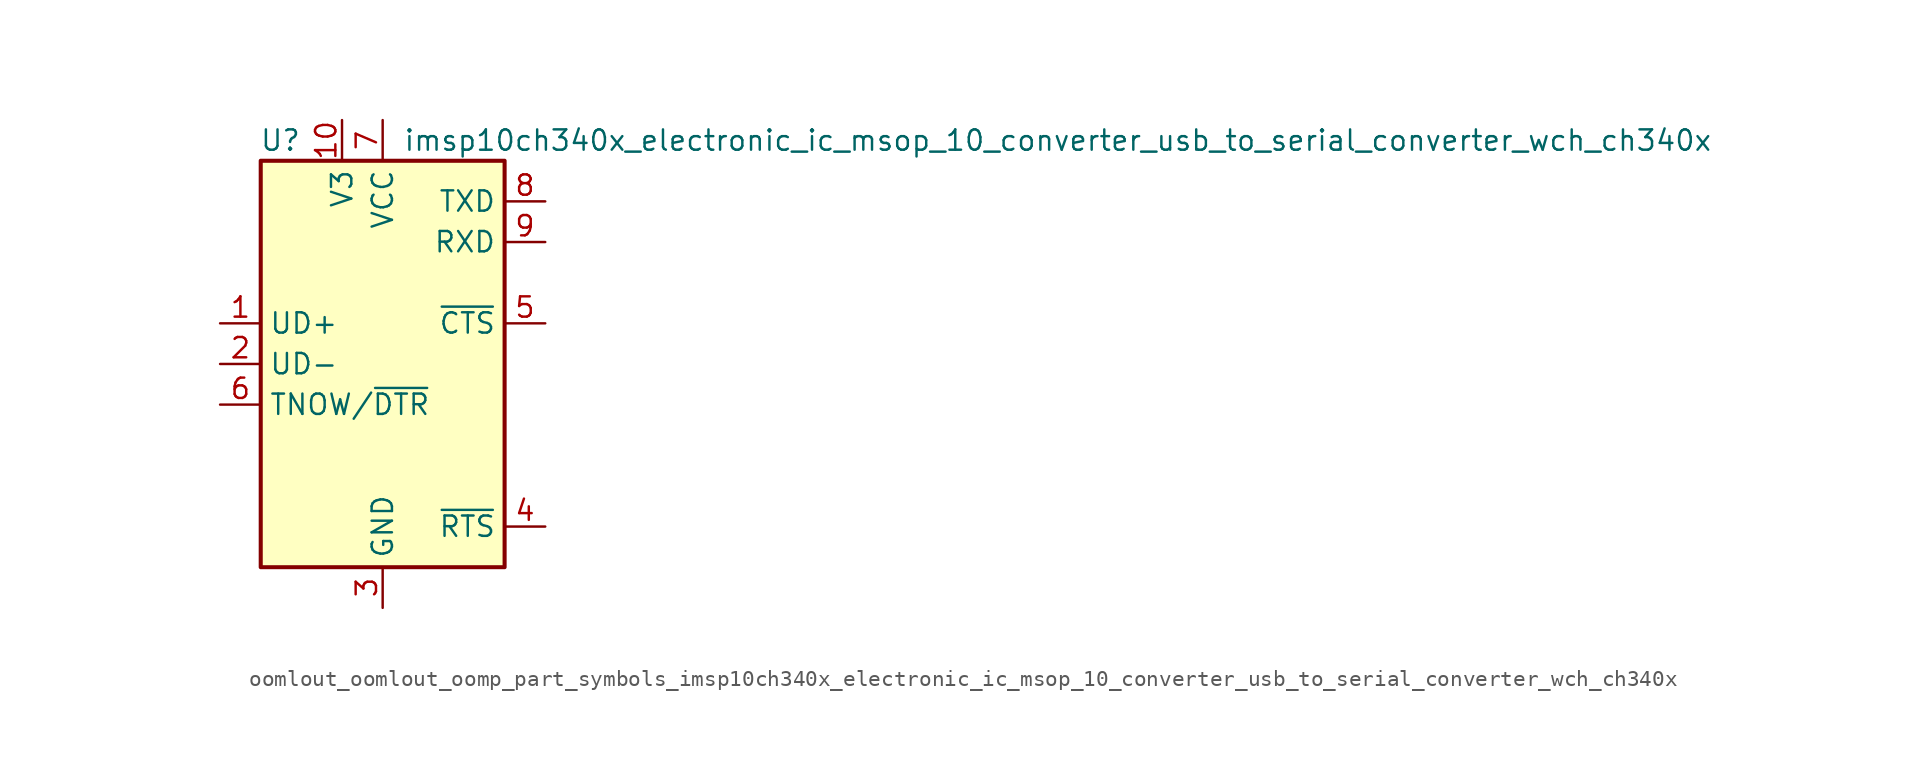
<source format=kicad_sym>
(kicad_symbol_lib
  (version 20220914)
  (generator kicad_symbol_editor)
  (symbol "oomlout_oomlout_oomp_part_symbols_imsp10ch340x_electronic_ic_msop_10_converter_usb_to_serial_converter_wch_ch340x"
    (property "Reference" "U"
      (at -5.08 13.97 0)
      (effects (font (size 1.27 1.27)) (justify right)))
    (property "Value" "imsp10ch340x_electronic_ic_msop_10_converter_usb_to_serial_converter_wch_ch340x"
      (at 1.27 13.97 0)
      (effects (font (size 1.27 1.27)) (justify left)))
    (symbol "oomlout_oomlout_oomp_part_symbols_imsp10ch340x_electronic_ic_msop_10_converter_usb_to_serial_converter_wch_ch340x_0_1"
      (rectangle (start -7.62 12.7) (end 7.62 -12.7) (stroke (width 0.254) (type default)) (fill (type background))))
    (symbol "oomlout_oomlout_oomp_part_symbols_imsp10ch340x_electronic_ic_msop_10_converter_usb_to_serial_converter_wch_ch340x_1_1"
      (pin bidirectional line (at -10.16 2.54 0) (length 2.54) (name "UD+" (effects (font (size 1.27 1.27)))) (number "1" (effects (font (size 1.27 1.27)))))
      (pin passive line (at -2.54 15.24 270) (length 2.54) (name "V3" (effects (font (size 1.27 1.27)))) (number "10" (effects (font (size 1.27 1.27)))))
      (pin bidirectional line (at -10.16 0 0) (length 2.54) (name "UD-" (effects (font (size 1.27 1.27)))) (number "2" (effects (font (size 1.27 1.27)))))
      (pin power_in line (at 0 -15.24 90) (length 2.54) (name "GND" (effects (font (size 1.27 1.27)))) (number "3" (effects (font (size 1.27 1.27)))))
      (pin output line (at 10.16 -10.16 180) (length 2.54) (name "~{RTS}" (effects (font (size 1.27 1.27)))) (number "4" (effects (font (size 1.27 1.27)))))
      (pin input line (at 10.16 2.54 180) (length 2.54) (name "~{CTS}" (effects (font (size 1.27 1.27)))) (number "5" (effects (font (size 1.27 1.27)))))
      (pin output line (at -10.16 -2.54 0) (length 2.54) (name "TNOW/~{DTR}" (effects (font (size 1.27 1.27)))) (number "6" (effects (font (size 1.27 1.27)))))
      (pin power_in line (at 0 15.24 270) (length 2.54) (name "VCC" (effects (font (size 1.27 1.27)))) (number "7" (effects (font (size 1.27 1.27)))))
      (pin output line (at 10.16 10.16 180) (length 2.54) (name "TXD" (effects (font (size 1.27 1.27)))) (number "8" (effects (font (size 1.27 1.27)))))
      (pin input line (at 10.16 7.62 180) (length 2.54) (name "RXD" (effects (font (size 1.27 1.27)))) (number "9" (effects (font (size 1.27 1.27))))))))
</source>
